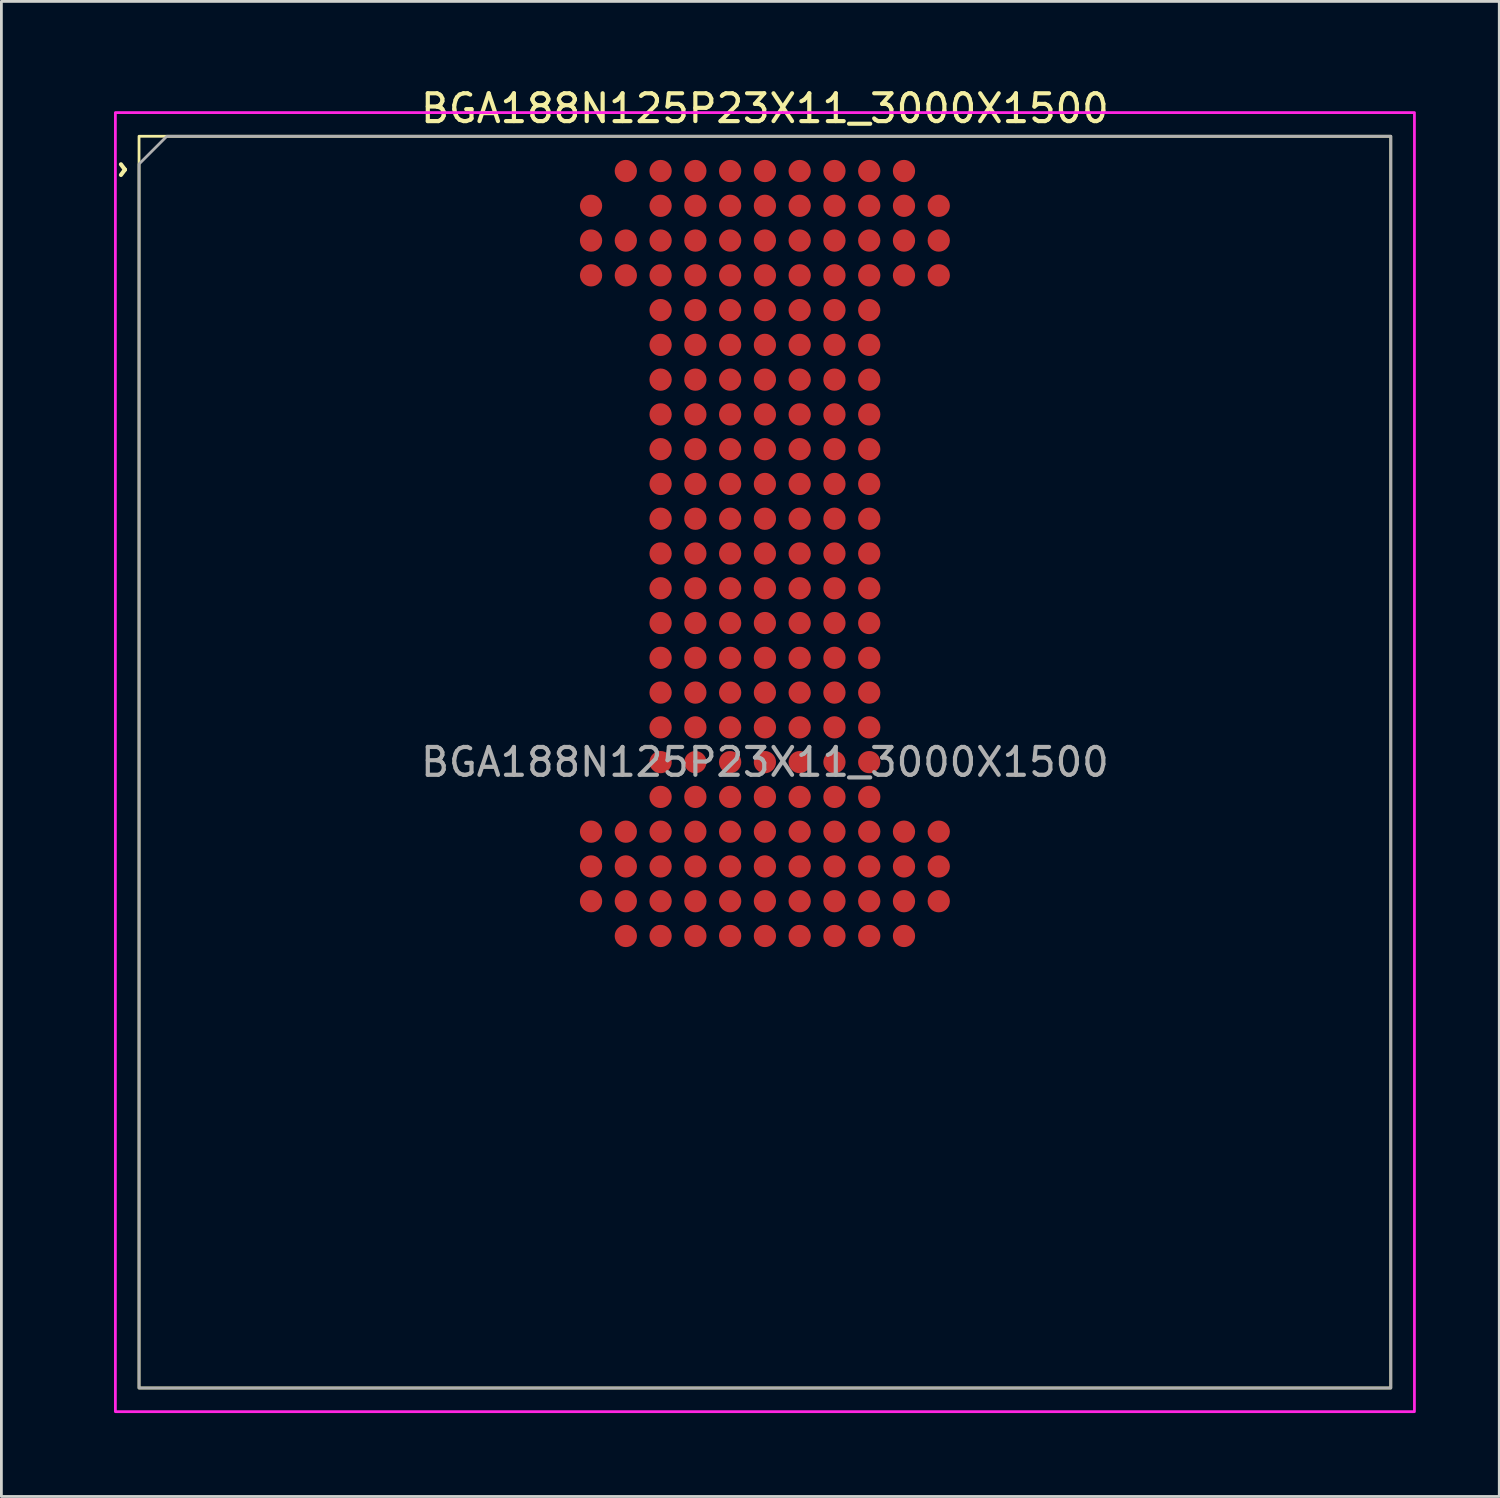
<source format=kicad_pcb>
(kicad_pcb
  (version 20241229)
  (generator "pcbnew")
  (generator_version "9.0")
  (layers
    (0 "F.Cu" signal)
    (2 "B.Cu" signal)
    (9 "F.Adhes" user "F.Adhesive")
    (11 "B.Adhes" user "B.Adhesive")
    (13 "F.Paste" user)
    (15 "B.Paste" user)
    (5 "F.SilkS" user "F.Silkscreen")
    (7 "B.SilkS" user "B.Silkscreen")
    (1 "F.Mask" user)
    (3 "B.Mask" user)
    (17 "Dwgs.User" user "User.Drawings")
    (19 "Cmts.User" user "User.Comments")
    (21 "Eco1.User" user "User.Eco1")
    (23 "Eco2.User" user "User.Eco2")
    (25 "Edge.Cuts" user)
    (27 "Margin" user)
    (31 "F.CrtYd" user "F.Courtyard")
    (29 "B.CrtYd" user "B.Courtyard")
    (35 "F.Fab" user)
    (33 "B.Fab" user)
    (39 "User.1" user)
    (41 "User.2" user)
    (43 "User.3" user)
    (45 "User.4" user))
  (footprint "BGA188N125P23X11_3000X1500"
    (layer "F.Cu")
    (at 24.448 24.348)
    (property "Reference" "BGA188N125P23X11_3000X1500" (at 0 -23.5 0) (layer "F.SilkS") (effects (font (size 1 1) (thickness 0.15))))
    (attr smd)
    (fp_rect (start -22.5 -22.5) (end 22.5 22.5) (stroke (width 0.1) (type default)) (fill no) (layer "F.SilkS"))
    (fp_poly (pts (xy 23.35 23.35) (xy 23.35 -23.35) (xy -23.35 -23.35) (xy -23.35 23.35)) (stroke (width 0.1) (type solid)) (fill no) (layer "F.CrtYd"))
    (fp_poly (pts (xy -22.5 22.5) (xy -22.5 -21.5) (xy -21.5 -22.5) (xy 22.5 -22.5) (xy 22.5 22.5)) (stroke (width 0.1) (type solid)) (fill no) (layer "F.Fab"))
    (fp_text user "^" (at -23.6 -21.3 270) (unlocked yes) (layer "F.SilkS") (effects (font (size 1 1) (thickness 0.15))))
    (fp_text user "${REFERENCE}" (at 0 0 0) (layer "F.Fab") (effects (font (size 1 1) (thickness 0.15))))
    (pad "A14" smd circle (at -5 -21.25) (size 0.8 0.8) (layers "F.Cu" "F.Mask" "F.Paste"))
    (pad "A15" smd circle (at -3.75 -21.25) (size 0.8 0.8) (layers "F.Cu" "F.Mask" "F.Paste"))
    (pad "A16" smd circle (at -2.5 -21.25) (size 0.8 0.8) (layers "F.Cu" "F.Mask" "F.Paste"))
    (pad "A17" smd circle (at -1.25 -21.25) (size 0.8 0.8) (layers "F.Cu" "F.Mask" "F.Paste"))
    (pad "A18" smd circle (at 0 -21.25) (size 0.8 0.8) (layers "F.Cu" "F.Mask" "F.Paste"))
    (pad "A19" smd circle (at 1.25 -21.25) (size 0.8 0.8) (layers "F.Cu" "F.Mask" "F.Paste"))
    (pad "A20" smd circle (at 2.5 -21.25) (size 0.8 0.8) (layers "F.Cu" "F.Mask" "F.Paste"))
    (pad "A21" smd circle (at 3.75 -21.25) (size 0.8 0.8) (layers "F.Cu" "F.Mask" "F.Paste"))
    (pad "A22" smd circle (at 5 -21.25) (size 0.8 0.8) (layers "F.Cu" "F.Mask" "F.Paste"))
    (pad "AA13" smd circle (at -6.25 3.75) (size 0.8 0.8) (layers "F.Cu" "F.Mask" "F.Paste"))
    (pad "AA14" smd circle (at -5 3.75) (size 0.8 0.8) (layers "F.Cu" "F.Mask" "F.Paste"))
    (pad "AA15" smd circle (at -3.75 3.75) (size 0.8 0.8) (layers "F.Cu" "F.Mask" "F.Paste"))
    (pad "AA16" smd circle (at -2.5 3.75) (size 0.8 0.8) (layers "F.Cu" "F.Mask" "F.Paste"))
    (pad "AA17" smd circle (at -1.25 3.75) (size 0.8 0.8) (layers "F.Cu" "F.Mask" "F.Paste"))
    (pad "AA18" smd circle (at 0 3.75) (size 0.8 0.8) (layers "F.Cu" "F.Mask" "F.Paste"))
    (pad "AA19" smd circle (at 1.25 3.75) (size 0.8 0.8) (layers "F.Cu" "F.Mask" "F.Paste"))
    (pad "AA20" smd circle (at 2.5 3.75) (size 0.8 0.8) (layers "F.Cu" "F.Mask" "F.Paste"))
    (pad "AA21" smd circle (at 3.75 3.75) (size 0.8 0.8) (layers "F.Cu" "F.Mask" "F.Paste"))
    (pad "AA22" smd circle (at 5 3.75) (size 0.8 0.8) (layers "F.Cu" "F.Mask" "F.Paste"))
    (pad "AA23" smd circle (at 6.25 3.75) (size 0.8 0.8) (layers "F.Cu" "F.Mask" "F.Paste"))
    (pad "AB13" smd circle (at -6.25 5) (size 0.8 0.8) (layers "F.Cu" "F.Mask" "F.Paste"))
    (pad "AB14" smd circle (at -5 5) (size 0.8 0.8) (layers "F.Cu" "F.Mask" "F.Paste"))
    (pad "AB15" smd circle (at -3.75 5) (size 0.8 0.8) (layers "F.Cu" "F.Mask" "F.Paste"))
    (pad "AB16" smd circle (at -2.5 5) (size 0.8 0.8) (layers "F.Cu" "F.Mask" "F.Paste"))
    (pad "AB17" smd circle (at -1.25 5) (size 0.8 0.8) (layers "F.Cu" "F.Mask" "F.Paste"))
    (pad "AB18" smd circle (at 0 5) (size 0.8 0.8) (layers "F.Cu" "F.Mask" "F.Paste"))
    (pad "AB19" smd circle (at 1.25 5) (size 0.8 0.8) (layers "F.Cu" "F.Mask" "F.Paste"))
    (pad "AB20" smd circle (at 2.5 5) (size 0.8 0.8) (layers "F.Cu" "F.Mask" "F.Paste"))
    (pad "AB21" smd circle (at 3.75 5) (size 0.8 0.8) (layers "F.Cu" "F.Mask" "F.Paste"))
    (pad "AB22" smd circle (at 5 5) (size 0.8 0.8) (layers "F.Cu" "F.Mask" "F.Paste"))
    (pad "AB23" smd circle (at 6.25 5) (size 0.8 0.8) (layers "F.Cu" "F.Mask" "F.Paste"))
    (pad "AC14" smd circle (at -5 6.25) (size 0.8 0.8) (layers "F.Cu" "F.Mask" "F.Paste"))
    (pad "AC15" smd circle (at -3.75 6.25) (size 0.8 0.8) (layers "F.Cu" "F.Mask" "F.Paste"))
    (pad "AC16" smd circle (at -2.5 6.25) (size 0.8 0.8) (layers "F.Cu" "F.Mask" "F.Paste"))
    (pad "AC17" smd circle (at -1.25 6.25) (size 0.8 0.8) (layers "F.Cu" "F.Mask" "F.Paste"))
    (pad "AC18" smd circle (at 0 6.25) (size 0.8 0.8) (layers "F.Cu" "F.Mask" "F.Paste"))
    (pad "AC19" smd circle (at 1.25 6.25) (size 0.8 0.8) (layers "F.Cu" "F.Mask" "F.Paste"))
    (pad "AC20" smd circle (at 2.5 6.25) (size 0.8 0.8) (layers "F.Cu" "F.Mask" "F.Paste"))
    (pad "AC21" smd circle (at 3.75 6.25) (size 0.8 0.8) (layers "F.Cu" "F.Mask" "F.Paste"))
    (pad "AC22" smd circle (at 5 6.25) (size 0.8 0.8) (layers "F.Cu" "F.Mask" "F.Paste"))
    (pad "B13" smd circle (at -6.25 -20) (size 0.8 0.8) (layers "F.Cu" "F.Mask" "F.Paste"))
    (pad "B15" smd circle (at -3.75 -20) (size 0.8 0.8) (layers "F.Cu" "F.Mask" "F.Paste"))
    (pad "B16" smd circle (at -2.5 -20) (size 0.8 0.8) (layers "F.Cu" "F.Mask" "F.Paste"))
    (pad "B17" smd circle (at -1.25 -20) (size 0.8 0.8) (layers "F.Cu" "F.Mask" "F.Paste"))
    (pad "B18" smd circle (at 0 -20) (size 0.8 0.8) (layers "F.Cu" "F.Mask" "F.Paste"))
    (pad "B19" smd circle (at 1.25 -20) (size 0.8 0.8) (layers "F.Cu" "F.Mask" "F.Paste"))
    (pad "B20" smd circle (at 2.5 -20) (size 0.8 0.8) (layers "F.Cu" "F.Mask" "F.Paste"))
    (pad "B21" smd circle (at 3.75 -20) (size 0.8 0.8) (layers "F.Cu" "F.Mask" "F.Paste"))
    (pad "B22" smd circle (at 5 -20) (size 0.8 0.8) (layers "F.Cu" "F.Mask" "F.Paste"))
    (pad "B23" smd circle (at 6.25 -20) (size 0.8 0.8) (layers "F.Cu" "F.Mask" "F.Paste"))
    (pad "C13" smd circle (at -6.25 -18.75) (size 0.8 0.8) (layers "F.Cu" "F.Mask" "F.Paste"))
    (pad "C14" smd circle (at -5 -18.75) (size 0.8 0.8) (layers "F.Cu" "F.Mask" "F.Paste"))
    (pad "C15" smd circle (at -3.75 -18.75) (size 0.8 0.8) (layers "F.Cu" "F.Mask" "F.Paste"))
    (pad "C16" smd circle (at -2.5 -18.75) (size 0.8 0.8) (layers "F.Cu" "F.Mask" "F.Paste"))
    (pad "C17" smd circle (at -1.25 -18.75) (size 0.8 0.8) (layers "F.Cu" "F.Mask" "F.Paste"))
    (pad "C18" smd circle (at 0 -18.75) (size 0.8 0.8) (layers "F.Cu" "F.Mask" "F.Paste"))
    (pad "C19" smd circle (at 1.25 -18.75) (size 0.8 0.8) (layers "F.Cu" "F.Mask" "F.Paste"))
    (pad "C20" smd circle (at 2.5 -18.75) (size 0.8 0.8) (layers "F.Cu" "F.Mask" "F.Paste"))
    (pad "C21" smd circle (at 3.75 -18.75) (size 0.8 0.8) (layers "F.Cu" "F.Mask" "F.Paste"))
    (pad "C22" smd circle (at 5 -18.75) (size 0.8 0.8) (layers "F.Cu" "F.Mask" "F.Paste"))
    (pad "C23" smd circle (at 6.25 -18.75) (size 0.8 0.8) (layers "F.Cu" "F.Mask" "F.Paste"))
    (pad "D13" smd circle (at -6.25 -17.5) (size 0.8 0.8) (layers "F.Cu" "F.Mask" "F.Paste"))
    (pad "D14" smd circle (at -5 -17.5) (size 0.8 0.8) (layers "F.Cu" "F.Mask" "F.Paste"))
    (pad "D15" smd circle (at -3.75 -17.5) (size 0.8 0.8) (layers "F.Cu" "F.Mask" "F.Paste"))
    (pad "D16" smd circle (at -2.5 -17.5) (size 0.8 0.8) (layers "F.Cu" "F.Mask" "F.Paste"))
    (pad "D17" smd circle (at -1.25 -17.5) (size 0.8 0.8) (layers "F.Cu" "F.Mask" "F.Paste"))
    (pad "D18" smd circle (at 0 -17.5) (size 0.8 0.8) (layers "F.Cu" "F.Mask" "F.Paste"))
    (pad "D19" smd circle (at 1.25 -17.5) (size 0.8 0.8) (layers "F.Cu" "F.Mask" "F.Paste"))
    (pad "D20" smd circle (at 2.5 -17.5) (size 0.8 0.8) (layers "F.Cu" "F.Mask" "F.Paste"))
    (pad "D21" smd circle (at 3.75 -17.5) (size 0.8 0.8) (layers "F.Cu" "F.Mask" "F.Paste"))
    (pad "D22" smd circle (at 5 -17.5) (size 0.8 0.8) (layers "F.Cu" "F.Mask" "F.Paste"))
    (pad "D23" smd circle (at 6.25 -17.5) (size 0.8 0.8) (layers "F.Cu" "F.Mask" "F.Paste"))
    (pad "E15" smd circle (at -3.75 -16.25) (size 0.8 0.8) (layers "F.Cu" "F.Mask" "F.Paste"))
    (pad "E16" smd circle (at -2.5 -16.25) (size 0.8 0.8) (layers "F.Cu" "F.Mask" "F.Paste"))
    (pad "E17" smd circle (at -1.25 -16.25) (size 0.8 0.8) (layers "F.Cu" "F.Mask" "F.Paste"))
    (pad "E18" smd circle (at 0 -16.25) (size 0.8 0.8) (layers "F.Cu" "F.Mask" "F.Paste"))
    (pad "E19" smd circle (at 1.25 -16.25) (size 0.8 0.8) (layers "F.Cu" "F.Mask" "F.Paste"))
    (pad "E20" smd circle (at 2.5 -16.25) (size 0.8 0.8) (layers "F.Cu" "F.Mask" "F.Paste"))
    (pad "E21" smd circle (at 3.75 -16.25) (size 0.8 0.8) (layers "F.Cu" "F.Mask" "F.Paste"))
    (pad "F15" smd circle (at -3.75 -15) (size 0.8 0.8) (layers "F.Cu" "F.Mask" "F.Paste"))
    (pad "F16" smd circle (at -2.5 -15) (size 0.8 0.8) (layers "F.Cu" "F.Mask" "F.Paste"))
    (pad "F17" smd circle (at -1.25 -15) (size 0.8 0.8) (layers "F.Cu" "F.Mask" "F.Paste"))
    (pad "F18" smd circle (at 0 -15) (size 0.8 0.8) (layers "F.Cu" "F.Mask" "F.Paste"))
    (pad "F19" smd circle (at 1.25 -15) (size 0.8 0.8) (layers "F.Cu" "F.Mask" "F.Paste"))
    (pad "F20" smd circle (at 2.5 -15) (size 0.8 0.8) (layers "F.Cu" "F.Mask" "F.Paste"))
    (pad "F21" smd circle (at 3.75 -15) (size 0.8 0.8) (layers "F.Cu" "F.Mask" "F.Paste"))
    (pad "G15" smd circle (at -3.75 -13.75) (size 0.8 0.8) (layers "F.Cu" "F.Mask" "F.Paste"))
    (pad "G16" smd circle (at -2.5 -13.75) (size 0.8 0.8) (layers "F.Cu" "F.Mask" "F.Paste"))
    (pad "G17" smd circle (at -1.25 -13.75) (size 0.8 0.8) (layers "F.Cu" "F.Mask" "F.Paste"))
    (pad "G18" smd circle (at 0 -13.75) (size 0.8 0.8) (layers "F.Cu" "F.Mask" "F.Paste"))
    (pad "G19" smd circle (at 1.25 -13.75) (size 0.8 0.8) (layers "F.Cu" "F.Mask" "F.Paste"))
    (pad "G20" smd circle (at 2.5 -13.75) (size 0.8 0.8) (layers "F.Cu" "F.Mask" "F.Paste"))
    (pad "G21" smd circle (at 3.75 -13.75) (size 0.8 0.8) (layers "F.Cu" "F.Mask" "F.Paste"))
    (pad "H15" smd circle (at -3.75 -12.5) (size 0.8 0.8) (layers "F.Cu" "F.Mask" "F.Paste"))
    (pad "H16" smd circle (at -2.5 -12.5) (size 0.8 0.8) (layers "F.Cu" "F.Mask" "F.Paste"))
    (pad "H17" smd circle (at -1.25 -12.5) (size 0.8 0.8) (layers "F.Cu" "F.Mask" "F.Paste"))
    (pad "H18" smd circle (at 0 -12.5) (size 0.8 0.8) (layers "F.Cu" "F.Mask" "F.Paste"))
    (pad "H19" smd circle (at 1.25 -12.5) (size 0.8 0.8) (layers "F.Cu" "F.Mask" "F.Paste"))
    (pad "H20" smd circle (at 2.5 -12.5) (size 0.8 0.8) (layers "F.Cu" "F.Mask" "F.Paste"))
    (pad "H21" smd circle (at 3.75 -12.5) (size 0.8 0.8) (layers "F.Cu" "F.Mask" "F.Paste"))
    (pad "J15" smd circle (at -3.75 -11.25) (size 0.8 0.8) (layers "F.Cu" "F.Mask" "F.Paste"))
    (pad "J16" smd circle (at -2.5 -11.25) (size 0.8 0.8) (layers "F.Cu" "F.Mask" "F.Paste"))
    (pad "J17" smd circle (at -1.25 -11.25) (size 0.8 0.8) (layers "F.Cu" "F.Mask" "F.Paste"))
    (pad "J18" smd circle (at 0 -11.25) (size 0.8 0.8) (layers "F.Cu" "F.Mask" "F.Paste"))
    (pad "J19" smd circle (at 1.25 -11.25) (size 0.8 0.8) (layers "F.Cu" "F.Mask" "F.Paste"))
    (pad "J20" smd circle (at 2.5 -11.25) (size 0.8 0.8) (layers "F.Cu" "F.Mask" "F.Paste"))
    (pad "J21" smd circle (at 3.75 -11.25) (size 0.8 0.8) (layers "F.Cu" "F.Mask" "F.Paste"))
    (pad "K15" smd circle (at -3.75 -10) (size 0.8 0.8) (layers "F.Cu" "F.Mask" "F.Paste"))
    (pad "K16" smd circle (at -2.5 -10) (size 0.8 0.8) (layers "F.Cu" "F.Mask" "F.Paste"))
    (pad "K17" smd circle (at -1.25 -10) (size 0.8 0.8) (layers "F.Cu" "F.Mask" "F.Paste"))
    (pad "K18" smd circle (at 0 -10) (size 0.8 0.8) (layers "F.Cu" "F.Mask" "F.Paste"))
    (pad "K19" smd circle (at 1.25 -10) (size 0.8 0.8) (layers "F.Cu" "F.Mask" "F.Paste"))
    (pad "K20" smd circle (at 2.5 -10) (size 0.8 0.8) (layers "F.Cu" "F.Mask" "F.Paste"))
    (pad "K21" smd circle (at 3.75 -10) (size 0.8 0.8) (layers "F.Cu" "F.Mask" "F.Paste"))
    (pad "L15" smd circle (at -3.75 -8.75) (size 0.8 0.8) (layers "F.Cu" "F.Mask" "F.Paste"))
    (pad "L16" smd circle (at -2.5 -8.75) (size 0.8 0.8) (layers "F.Cu" "F.Mask" "F.Paste"))
    (pad "L17" smd circle (at -1.25 -8.75) (size 0.8 0.8) (layers "F.Cu" "F.Mask" "F.Paste"))
    (pad "L18" smd circle (at 0 -8.75) (size 0.8 0.8) (layers "F.Cu" "F.Mask" "F.Paste"))
    (pad "L19" smd circle (at 1.25 -8.75) (size 0.8 0.8) (layers "F.Cu" "F.Mask" "F.Paste"))
    (pad "L20" smd circle (at 2.5 -8.75) (size 0.8 0.8) (layers "F.Cu" "F.Mask" "F.Paste"))
    (pad "L21" smd circle (at 3.75 -8.75) (size 0.8 0.8) (layers "F.Cu" "F.Mask" "F.Paste"))
    (pad "M15" smd circle (at -3.75 -7.5) (size 0.8 0.8) (layers "F.Cu" "F.Mask" "F.Paste"))
    (pad "M16" smd circle (at -2.5 -7.5) (size 0.8 0.8) (layers "F.Cu" "F.Mask" "F.Paste"))
    (pad "M17" smd circle (at -1.25 -7.5) (size 0.8 0.8) (layers "F.Cu" "F.Mask" "F.Paste"))
    (pad "M18" smd circle (at 0 -7.5) (size 0.8 0.8) (layers "F.Cu" "F.Mask" "F.Paste"))
    (pad "M19" smd circle (at 1.25 -7.5) (size 0.8 0.8) (layers "F.Cu" "F.Mask" "F.Paste"))
    (pad "M20" smd circle (at 2.5 -7.5) (size 0.8 0.8) (layers "F.Cu" "F.Mask" "F.Paste"))
    (pad "M21" smd circle (at 3.75 -7.5) (size 0.8 0.8) (layers "F.Cu" "F.Mask" "F.Paste"))
    (pad "N15" smd circle (at -3.75 -6.25) (size 0.8 0.8) (layers "F.Cu" "F.Mask" "F.Paste"))
    (pad "N16" smd circle (at -2.5 -6.25) (size 0.8 0.8) (layers "F.Cu" "F.Mask" "F.Paste"))
    (pad "N17" smd circle (at -1.25 -6.25) (size 0.8 0.8) (layers "F.Cu" "F.Mask" "F.Paste"))
    (pad "N18" smd circle (at 0 -6.25) (size 0.8 0.8) (layers "F.Cu" "F.Mask" "F.Paste"))
    (pad "N19" smd circle (at 1.25 -6.25) (size 0.8 0.8) (layers "F.Cu" "F.Mask" "F.Paste"))
    (pad "N20" smd circle (at 2.5 -6.25) (size 0.8 0.8) (layers "F.Cu" "F.Mask" "F.Paste"))
    (pad "N21" smd circle (at 3.75 -6.25) (size 0.8 0.8) (layers "F.Cu" "F.Mask" "F.Paste"))
    (pad "P15" smd circle (at -3.75 -5) (size 0.8 0.8) (layers "F.Cu" "F.Mask" "F.Paste"))
    (pad "P16" smd circle (at -2.5 -5) (size 0.8 0.8) (layers "F.Cu" "F.Mask" "F.Paste"))
    (pad "P17" smd circle (at -1.25 -5) (size 0.8 0.8) (layers "F.Cu" "F.Mask" "F.Paste"))
    (pad "P18" smd circle (at 0 -5) (size 0.8 0.8) (layers "F.Cu" "F.Mask" "F.Paste"))
    (pad "P19" smd circle (at 1.25 -5) (size 0.8 0.8) (layers "F.Cu" "F.Mask" "F.Paste"))
    (pad "P20" smd circle (at 2.5 -5) (size 0.8 0.8) (layers "F.Cu" "F.Mask" "F.Paste"))
    (pad "P21" smd circle (at 3.75 -5) (size 0.8 0.8) (layers "F.Cu" "F.Mask" "F.Paste"))
    (pad "R15" smd circle (at -3.75 -3.75) (size 0.8 0.8) (layers "F.Cu" "F.Mask" "F.Paste"))
    (pad "R16" smd circle (at -2.5 -3.75) (size 0.8 0.8) (layers "F.Cu" "F.Mask" "F.Paste"))
    (pad "R17" smd circle (at -1.25 -3.75) (size 0.8 0.8) (layers "F.Cu" "F.Mask" "F.Paste"))
    (pad "R18" smd circle (at 0 -3.75) (size 0.8 0.8) (layers "F.Cu" "F.Mask" "F.Paste"))
    (pad "R19" smd circle (at 1.25 -3.75) (size 0.8 0.8) (layers "F.Cu" "F.Mask" "F.Paste"))
    (pad "R20" smd circle (at 2.5 -3.75) (size 0.8 0.8) (layers "F.Cu" "F.Mask" "F.Paste"))
    (pad "R21" smd circle (at 3.75 -3.75) (size 0.8 0.8) (layers "F.Cu" "F.Mask" "F.Paste"))
    (pad "T15" smd circle (at -3.75 -2.5) (size 0.8 0.8) (layers "F.Cu" "F.Mask" "F.Paste"))
    (pad "T16" smd circle (at -2.5 -2.5) (size 0.8 0.8) (layers "F.Cu" "F.Mask" "F.Paste"))
    (pad "T17" smd circle (at -1.25 -2.5) (size 0.8 0.8) (layers "F.Cu" "F.Mask" "F.Paste"))
    (pad "T18" smd circle (at 0 -2.5) (size 0.8 0.8) (layers "F.Cu" "F.Mask" "F.Paste"))
    (pad "T19" smd circle (at 1.25 -2.5) (size 0.8 0.8) (layers "F.Cu" "F.Mask" "F.Paste"))
    (pad "T20" smd circle (at 2.5 -2.5) (size 0.8 0.8) (layers "F.Cu" "F.Mask" "F.Paste"))
    (pad "T21" smd circle (at 3.75 -2.5) (size 0.8 0.8) (layers "F.Cu" "F.Mask" "F.Paste"))
    (pad "U15" smd circle (at -3.75 -1.25) (size 0.8 0.8) (layers "F.Cu" "F.Mask" "F.Paste"))
    (pad "U16" smd circle (at -2.5 -1.25) (size 0.8 0.8) (layers "F.Cu" "F.Mask" "F.Paste"))
    (pad "U17" smd circle (at -1.25 -1.25) (size 0.8 0.8) (layers "F.Cu" "F.Mask" "F.Paste"))
    (pad "U18" smd circle (at 0 -1.25) (size 0.8 0.8) (layers "F.Cu" "F.Mask" "F.Paste"))
    (pad "U19" smd circle (at 1.25 -1.25) (size 0.8 0.8) (layers "F.Cu" "F.Mask" "F.Paste"))
    (pad "U20" smd circle (at 2.5 -1.25) (size 0.8 0.8) (layers "F.Cu" "F.Mask" "F.Paste"))
    (pad "U21" smd circle (at 3.75 -1.25) (size 0.8 0.8) (layers "F.Cu" "F.Mask" "F.Paste"))
    (pad "V15" smd circle (at -3.75 0) (size 0.8 0.8) (layers "F.Cu" "F.Mask" "F.Paste"))
    (pad "V16" smd circle (at -2.5 0) (size 0.8 0.8) (layers "F.Cu" "F.Mask" "F.Paste"))
    (pad "V17" smd circle (at -1.25 0) (size 0.8 0.8) (layers "F.Cu" "F.Mask" "F.Paste"))
    (pad "V18" smd circle (at 0 0) (size 0.8 0.8) (layers "F.Cu" "F.Mask" "F.Paste"))
    (pad "V19" smd circle (at 1.25 0) (size 0.8 0.8) (layers "F.Cu" "F.Mask" "F.Paste"))
    (pad "V20" smd circle (at 2.5 0) (size 0.8 0.8) (layers "F.Cu" "F.Mask" "F.Paste"))
    (pad "V21" smd circle (at 3.75 0) (size 0.8 0.8) (layers "F.Cu" "F.Mask" "F.Paste"))
    (pad "W15" smd circle (at -3.75 1.25) (size 0.8 0.8) (layers "F.Cu" "F.Mask" "F.Paste"))
    (pad "W16" smd circle (at -2.5 1.25) (size 0.8 0.8) (layers "F.Cu" "F.Mask" "F.Paste"))
    (pad "W17" smd circle (at -1.25 1.25) (size 0.8 0.8) (layers "F.Cu" "F.Mask" "F.Paste"))
    (pad "W18" smd circle (at 0 1.25) (size 0.8 0.8) (layers "F.Cu" "F.Mask" "F.Paste"))
    (pad "W19" smd circle (at 1.25 1.25) (size 0.8 0.8) (layers "F.Cu" "F.Mask" "F.Paste"))
    (pad "W20" smd circle (at 2.5 1.25) (size 0.8 0.8) (layers "F.Cu" "F.Mask" "F.Paste"))
    (pad "W21" smd circle (at 3.75 1.25) (size 0.8 0.8) (layers "F.Cu" "F.Mask" "F.Paste"))
    (pad "Y13" smd circle (at -6.25 2.5) (size 0.8 0.8) (layers "F.Cu" "F.Mask" "F.Paste"))
    (pad "Y14" smd circle (at -5 2.5) (size 0.8 0.8) (layers "F.Cu" "F.Mask" "F.Paste"))
    (pad "Y15" smd circle (at -3.75 2.5) (size 0.8 0.8) (layers "F.Cu" "F.Mask" "F.Paste"))
    (pad "Y16" smd circle (at -2.5 2.5) (size 0.8 0.8) (layers "F.Cu" "F.Mask" "F.Paste"))
    (pad "Y17" smd circle (at -1.25 2.5) (size 0.8 0.8) (layers "F.Cu" "F.Mask" "F.Paste"))
    (pad "Y18" smd circle (at 0 2.5) (size 0.8 0.8) (layers "F.Cu" "F.Mask" "F.Paste"))
    (pad "Y19" smd circle (at 1.25 2.5) (size 0.8 0.8) (layers "F.Cu" "F.Mask" "F.Paste"))
    (pad "Y20" smd circle (at 2.5 2.5) (size 0.8 0.8) (layers "F.Cu" "F.Mask" "F.Paste"))
    (pad "Y21" smd circle (at 3.75 2.5) (size 0.8 0.8) (layers "F.Cu" "F.Mask" "F.Paste"))
    (pad "Y22" smd circle (at 5 2.5) (size 0.8 0.8) (layers "F.Cu" "F.Mask" "F.Paste"))
    (pad "Y23" smd circle (at 6.25 2.5) (size 0.8 0.8) (layers "F.Cu" "F.Mask" "F.Paste")))
  (gr_rect
    (start -3 -3)
    (end 50.848 50.748)
    (stroke (width 0.1) (type default))
    (fill no)
    (layer "Edge.Cuts")))
</source>
